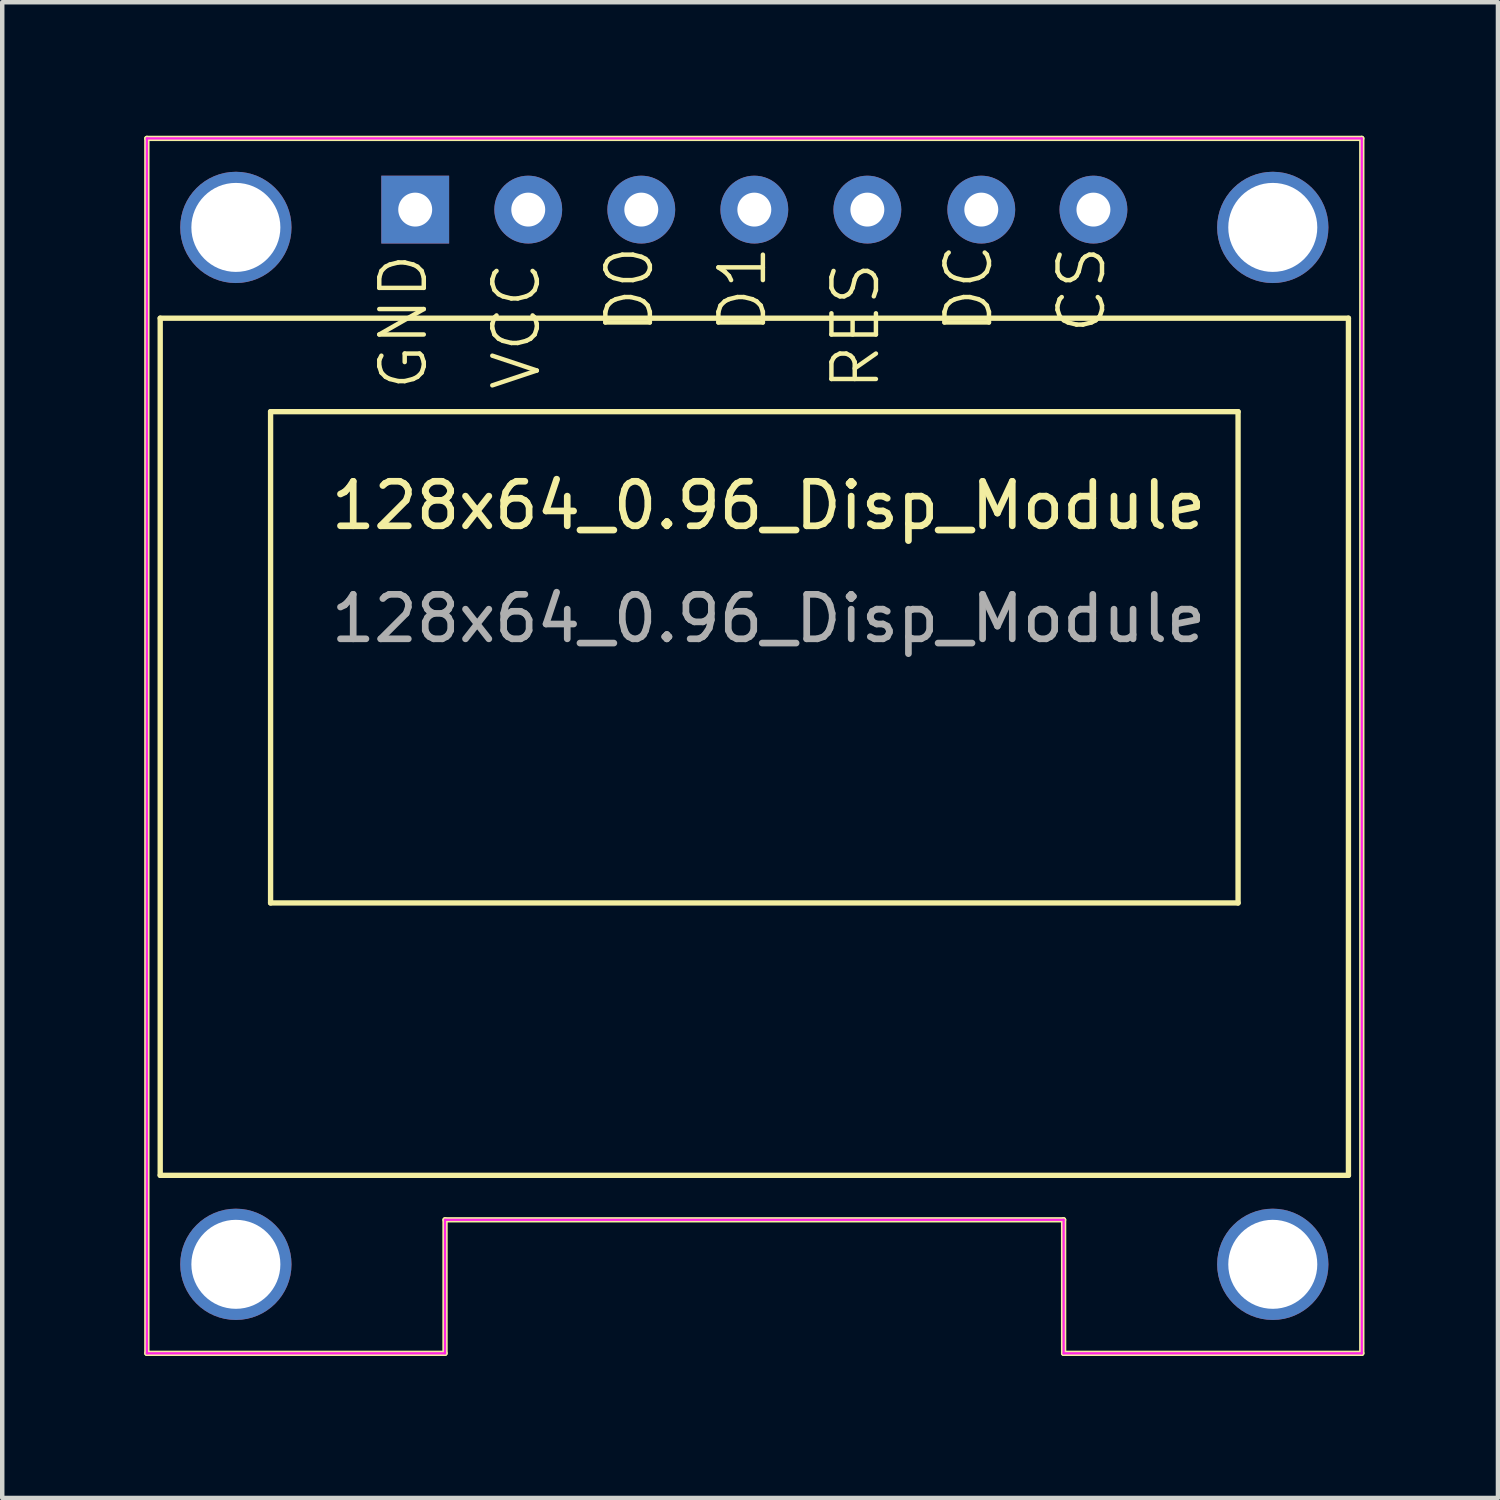
<source format=kicad_pcb>
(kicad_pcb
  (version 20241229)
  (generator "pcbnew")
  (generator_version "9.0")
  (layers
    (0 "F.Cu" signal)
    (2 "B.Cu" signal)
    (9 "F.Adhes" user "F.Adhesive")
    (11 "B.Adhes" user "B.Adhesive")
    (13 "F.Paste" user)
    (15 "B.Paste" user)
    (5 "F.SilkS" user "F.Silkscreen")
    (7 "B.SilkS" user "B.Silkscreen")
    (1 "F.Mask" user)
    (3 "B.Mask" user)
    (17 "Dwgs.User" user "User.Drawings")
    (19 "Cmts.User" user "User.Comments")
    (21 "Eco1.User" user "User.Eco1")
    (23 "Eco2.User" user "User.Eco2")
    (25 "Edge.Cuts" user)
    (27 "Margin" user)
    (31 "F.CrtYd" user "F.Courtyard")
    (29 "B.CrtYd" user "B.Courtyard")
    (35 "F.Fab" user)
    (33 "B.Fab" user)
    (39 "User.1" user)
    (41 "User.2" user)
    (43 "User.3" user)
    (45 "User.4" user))
  (footprint "128x64_0.96_Disp_Module"
    (layer "F.Cu")
    (at 0.25 27.36)
    (property "Reference" "128x64_0.96_Disp_Module" (at 13.97 -19.05 0) (unlocked yes) (layer "F.SilkS") (effects (font (size 1 1) (thickness 0.15))))
    (attr through_hole)
    (fp_line (start 0 -27.3) (end 0 0) (stroke (width 0.12) (type solid)) (layer "F.SilkS"))
    (fp_line (start 0 -27.3) (end 27.3 -27.3) (stroke (width 0.12) (type solid)) (layer "F.SilkS"))
    (fp_line (start 0 0) (end 6.7 0) (stroke (width 0.12) (type solid)) (layer "F.SilkS"))
    (fp_line (start 0.3 -23.26) (end 0.3 -4) (stroke (width 0.12) (type solid)) (layer "F.SilkS"))
    (fp_line (start 0.3 -23.26) (end 27 -23.26) (stroke (width 0.12) (type solid)) (layer "F.SilkS"))
    (fp_line (start 2.78 -10.12) (end 2.78 -21.16) (stroke (width 0.12) (type solid)) (layer "F.SilkS"))
    (fp_line (start 2.78 -10.12) (end 24.52 -10.12) (stroke (width 0.12) (type solid)) (layer "F.SilkS"))
    (fp_line (start 6.7 0) (end 6.7 -3) (stroke (width 0.12) (type solid)) (layer "F.SilkS"))
    (fp_line (start 20.6 -3) (end 6.7 -3) (stroke (width 0.12) (type solid)) (layer "F.SilkS"))
    (fp_line (start 20.6 0) (end 20.6 -3) (stroke (width 0.12) (type solid)) (layer "F.SilkS"))
    (fp_line (start 24.52 -21.16) (end 2.78 -21.16) (stroke (width 0.12) (type solid)) (layer "F.SilkS"))
    (fp_line (start 24.52 -10.12) (end 24.52 -21.16) (stroke (width 0.12) (type solid)) (layer "F.SilkS"))
    (fp_line (start 27 -23.26) (end 27 -4) (stroke (width 0.12) (type solid)) (layer "F.SilkS"))
    (fp_line (start 27 -4) (end 0.3 -4) (stroke (width 0.12) (type solid)) (layer "F.SilkS"))
    (fp_line (start 27.3 -27.3) (end 27.3 0) (stroke (width 0.12) (type solid)) (layer "F.SilkS"))
    (fp_line (start 27.3 0) (end 20.6 0) (stroke (width 0.12) (type solid)) (layer "F.SilkS"))
    (fp_line (start 0 -27.3) (end 27.3 -27.3) (stroke (width 0.05) (type solid)) (layer "F.CrtYd"))
    (fp_line (start 0 0) (end 0 -27.3) (stroke (width 0.05) (type solid)) (layer "F.CrtYd"))
    (fp_line (start 6.7 -3) (end 6.7 0) (stroke (width 0.05) (type solid)) (layer "F.CrtYd"))
    (fp_line (start 6.7 0) (end 0 0) (stroke (width 0.05) (type solid)) (layer "F.CrtYd"))
    (fp_line (start 20.6 -3) (end 6.7 -3) (stroke (width 0.05) (type solid)) (layer "F.CrtYd"))
    (fp_line (start 20.6 0) (end 20.6 -3) (stroke (width 0.05) (type solid)) (layer "F.CrtYd"))
    (fp_line (start 27.3 -27.3) (end 27.3 0) (stroke (width 0.05) (type solid)) (layer "F.CrtYd"))
    (fp_line (start 27.3 0) (end 20.6 0) (stroke (width 0.05) (type solid)) (layer "F.CrtYd"))
    (fp_text user "D0" (at 11.43 -22.86 90) (unlocked yes) (layer "F.SilkS") (effects (font (size 1 1) (thickness 0.1)) (justify left bottom)))
    (fp_text user "VCC" (at 8.89 -21.59 90) (unlocked yes) (layer "F.SilkS") (effects (font (size 1 1) (thickness 0.1)) (justify left bottom)))
    (fp_text user "GND" (at 6.35 -21.59 90) (unlocked yes) (layer "F.SilkS") (effects (font (size 1 1) (thickness 0.1)) (justify left bottom)))
    (fp_text user "D1" (at 13.97 -22.86 90) (unlocked yes) (layer "F.SilkS") (effects (font (size 1 1) (thickness 0.1)) (justify left bottom)))
    (fp_text user "RES" (at 16.51 -21.59 90) (unlocked yes) (layer "F.SilkS") (effects (font (size 1 1) (thickness 0.1)) (justify left bottom)))
    (fp_text user "CS" (at 21.59 -22.86 90) (unlocked yes) (layer "F.SilkS") (effects (font (size 1 1) (thickness 0.1)) (justify left bottom)))
    (fp_text user "DC" (at 19.05 -22.86 90) (unlocked yes) (layer "F.SilkS") (effects (font (size 1 1) (thickness 0.1)) (justify left bottom)))
    (fp_text user "${REFERENCE}" (at 13.97 -16.51 0) (unlocked yes) (layer "F.Fab") (effects (font (size 1 1) (thickness 0.15))))
    (pad "" np_thru_hole circle (at 2 -25.3) (size 2.5 2.5) (drill 2) (layers "*.Cu" "*.Mask"))
    (pad "" np_thru_hole circle (at 2 -2) (size 2.5 2.5) (drill 2) (layers "*.Cu" "*.Mask"))
    (pad "" np_thru_hole circle (at 25.3 -25.3) (size 2.5 2.5) (drill 2) (layers "*.Cu" "*.Mask"))
    (pad "" np_thru_hole circle (at 25.3 -2) (size 2.5 2.5) (drill 2) (layers "*.Cu" "*.Mask"))
    (pad "1" thru_hole rect (at 6.03 -25.7) (size 1.524 1.524) (drill 0.762) (layers "*.Cu" "*.Mask"))
    (pad "2" thru_hole circle (at 8.57 -25.7) (size 1.524 1.524) (drill 0.762) (layers "*.Cu" "*.Mask"))
    (pad "3" thru_hole circle (at 11.11 -25.7) (size 1.524 1.524) (drill 0.762) (layers "*.Cu" "*.Mask"))
    (pad "4" thru_hole circle (at 13.65 -25.7) (size 1.524 1.524) (drill 0.762) (layers "*.Cu" "*.Mask"))
    (pad "5" thru_hole circle (at 16.19 -25.7) (size 1.524 1.524) (drill 0.762) (layers "*.Cu" "*.Mask"))
    (pad "6" thru_hole circle (at 18.75 -25.7) (size 1.524 1.524) (drill 0.762) (layers "*.Cu" "*.Mask"))
    (pad "7" thru_hole circle (at 21.27 -25.7) (size 1.524 1.524) (drill 0.762) (layers "*.Cu" "*.Mask")))
  (gr_rect
    (start -3 -3)
    (end 30.61 30.61)
    (stroke (width 0.1) (type default))
    (fill no)
    (layer "Edge.Cuts")))
</source>
